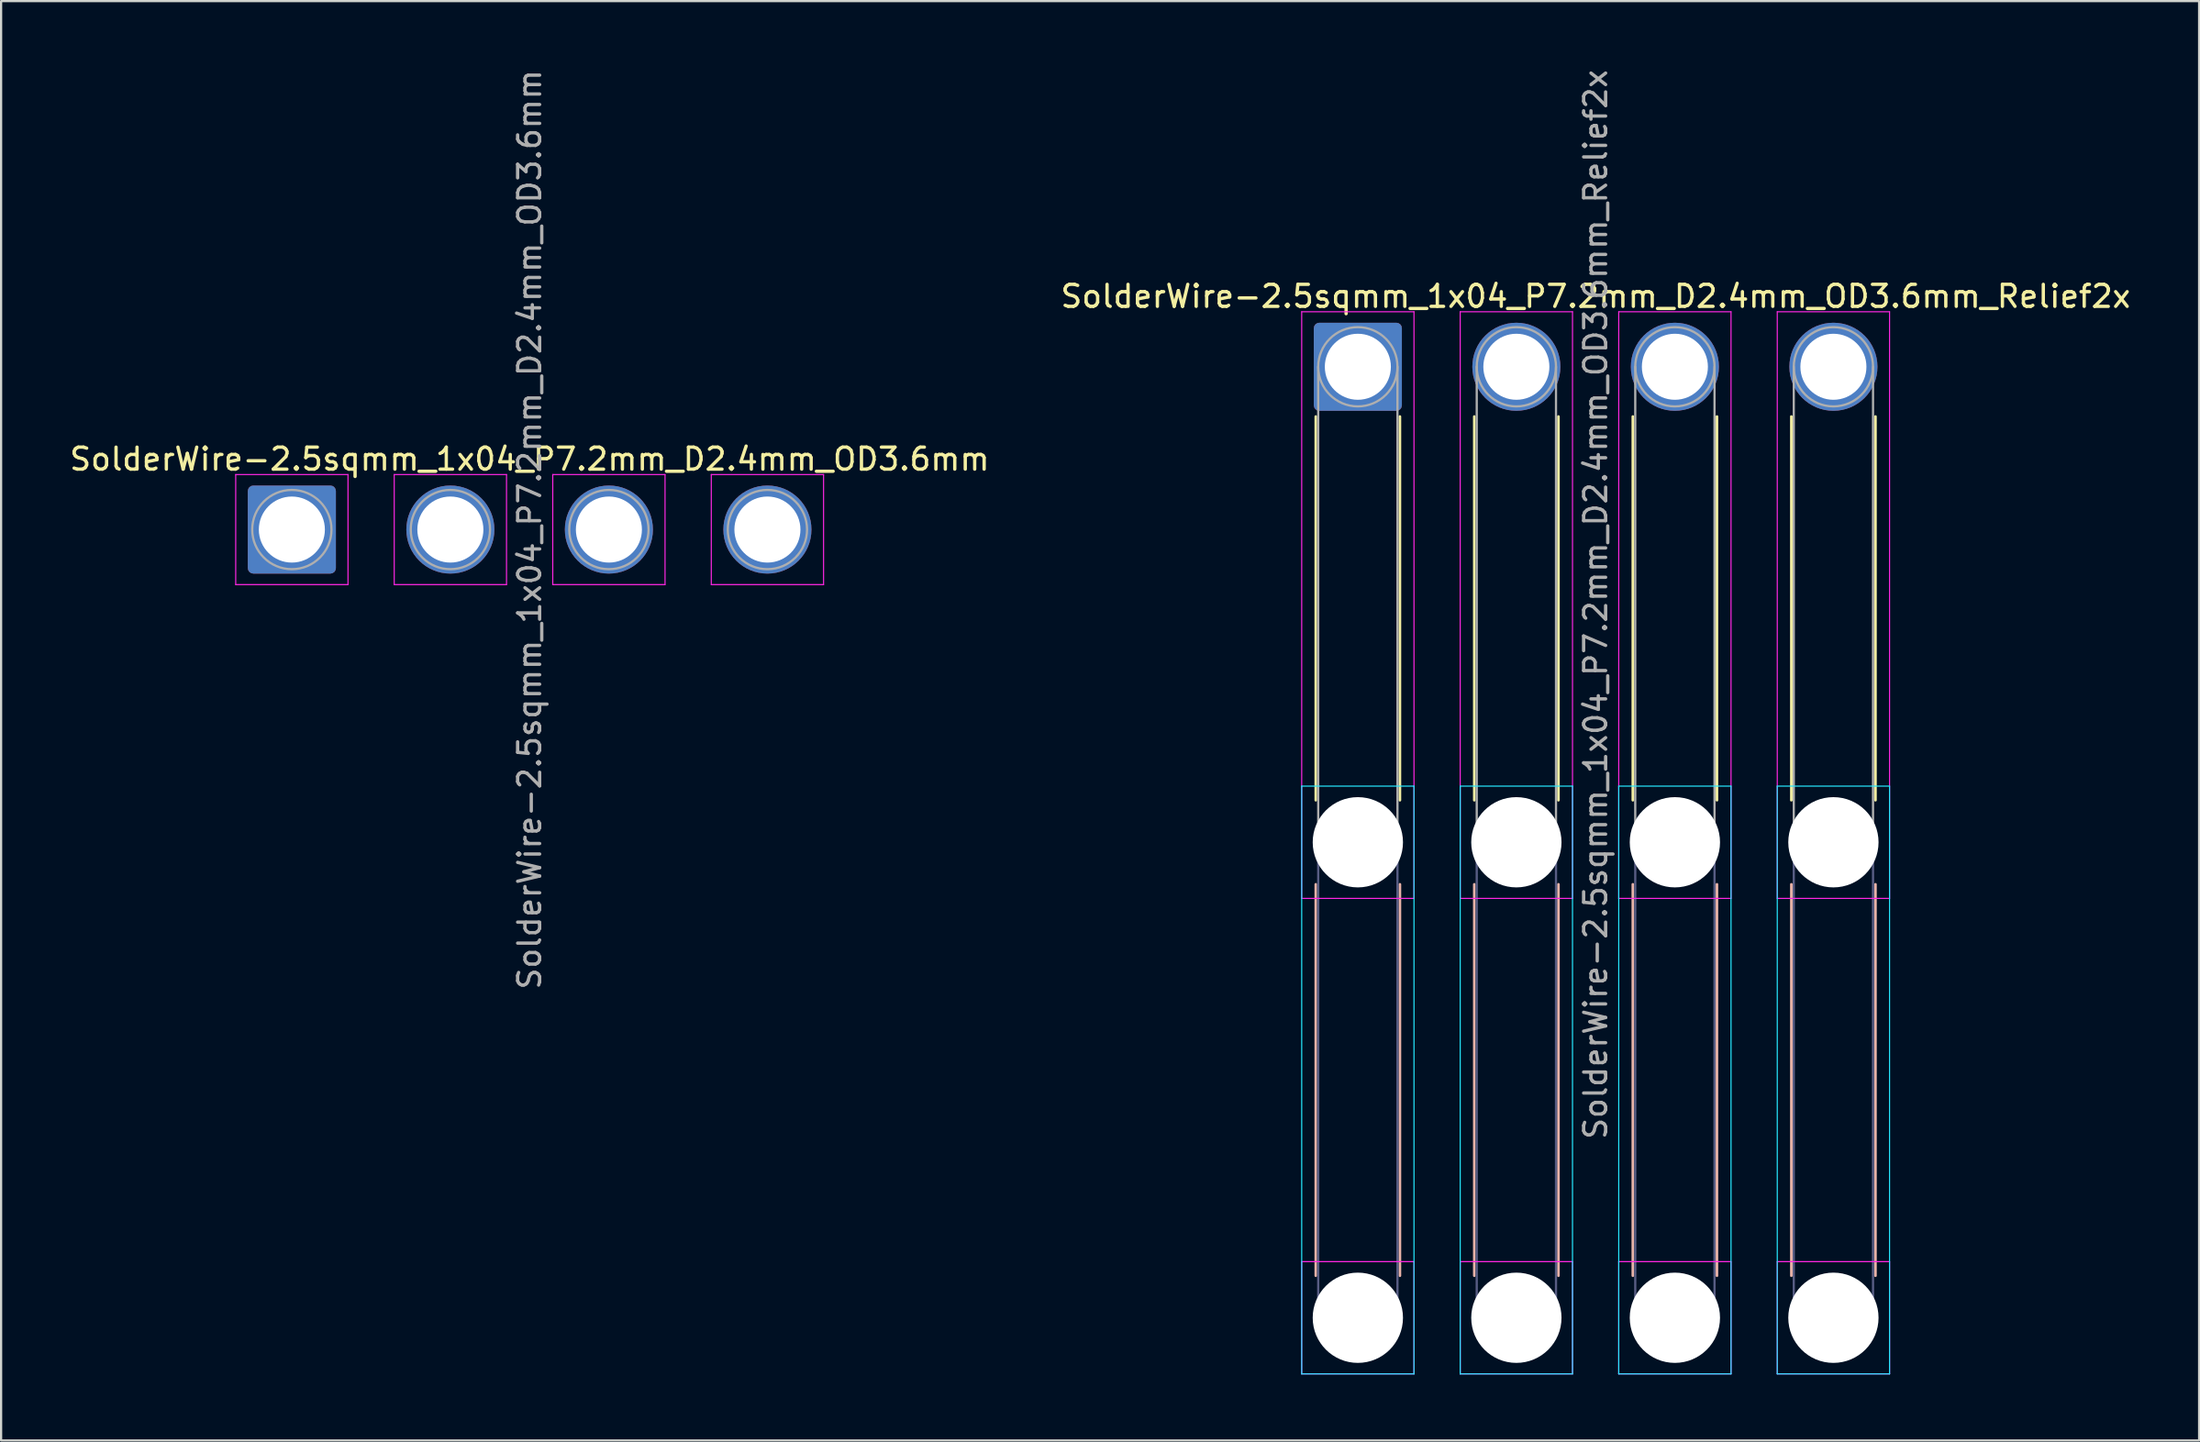
<source format=kicad_pcb>
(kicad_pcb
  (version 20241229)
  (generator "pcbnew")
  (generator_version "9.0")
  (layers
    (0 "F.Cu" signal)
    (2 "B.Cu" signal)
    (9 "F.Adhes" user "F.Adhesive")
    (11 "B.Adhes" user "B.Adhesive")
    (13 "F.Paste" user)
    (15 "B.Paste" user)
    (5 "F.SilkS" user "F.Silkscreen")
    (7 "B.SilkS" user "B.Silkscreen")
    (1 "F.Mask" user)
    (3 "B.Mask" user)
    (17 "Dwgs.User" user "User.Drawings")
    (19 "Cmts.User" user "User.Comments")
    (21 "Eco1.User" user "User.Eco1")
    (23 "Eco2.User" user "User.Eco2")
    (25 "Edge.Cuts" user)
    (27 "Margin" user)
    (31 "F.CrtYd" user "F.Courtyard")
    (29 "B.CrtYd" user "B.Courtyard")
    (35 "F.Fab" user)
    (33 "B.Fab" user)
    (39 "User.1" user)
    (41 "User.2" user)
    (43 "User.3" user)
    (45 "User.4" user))
  (footprint "SolderWire-2.5sqmm_1x04_P7.2mm_D2.4mm_OD3.6mm_Relief2x"
    (layer "F.Cu")
    (at 58.623 13.611)
    (property "Reference" "SolderWire-2.5sqmm_1x04_P7.2mm_D2.4mm_OD3.6mm_Relief2x" (at 10.8 -3.2 0) (layer "F.SilkS") (effects (font (size 1 1) (thickness 0.15))))
    (attr exclude_from_pos_files exclude_from_bom)
    (fp_line (start -1.91 2.26) (end -1.91 19.69) (stroke (width 0.12) (type solid)) (layer "F.SilkS"))
    (fp_line (start 1.91 2.26) (end 1.91 19.69) (stroke (width 0.12) (type solid)) (layer "F.SilkS"))
    (fp_line (start 5.29 2.26) (end 5.29 19.69) (stroke (width 0.12) (type solid)) (layer "F.SilkS"))
    (fp_line (start 9.11 2.26) (end 9.11 19.69) (stroke (width 0.12) (type solid)) (layer "F.SilkS"))
    (fp_line (start 12.49 2.26) (end 12.49 19.69) (stroke (width 0.12) (type solid)) (layer "F.SilkS"))
    (fp_line (start 16.31 2.26) (end 16.31 19.69) (stroke (width 0.12) (type solid)) (layer "F.SilkS"))
    (fp_line (start 19.69 2.26) (end 19.69 19.69) (stroke (width 0.12) (type solid)) (layer "F.SilkS"))
    (fp_line (start 23.51 2.26) (end 23.51 19.69) (stroke (width 0.12) (type solid)) (layer "F.SilkS"))
    (fp_line (start -1.91 23.51) (end -1.91 41.29) (stroke (width 0.12) (type solid)) (layer "B.SilkS"))
    (fp_line (start 1.91 23.51) (end 1.91 41.29) (stroke (width 0.12) (type solid)) (layer "B.SilkS"))
    (fp_line (start 5.29 23.51) (end 5.29 41.29) (stroke (width 0.12) (type solid)) (layer "B.SilkS"))
    (fp_line (start 9.11 23.51) (end 9.11 41.29) (stroke (width 0.12) (type solid)) (layer "B.SilkS"))
    (fp_line (start 12.49 23.51) (end 12.49 41.29) (stroke (width 0.12) (type solid)) (layer "B.SilkS"))
    (fp_line (start 16.31 23.51) (end 16.31 41.29) (stroke (width 0.12) (type solid)) (layer "B.SilkS"))
    (fp_line (start 19.69 23.51) (end 19.69 41.29) (stroke (width 0.12) (type solid)) (layer "B.SilkS"))
    (fp_line (start 23.51 23.51) (end 23.51 41.29) (stroke (width 0.12) (type solid)) (layer "B.SilkS"))
    (fp_line (start -2.55 19.05) (end -2.55 45.75) (stroke (width 0.05) (type solid)) (layer "B.CrtYd"))
    (fp_line (start -2.55 45.75) (end 2.55 45.75) (stroke (width 0.05) (type solid)) (layer "B.CrtYd"))
    (fp_line (start 2.55 19.05) (end -2.55 19.05) (stroke (width 0.05) (type solid)) (layer "B.CrtYd"))
    (fp_line (start 2.55 45.75) (end 2.55 19.05) (stroke (width 0.05) (type solid)) (layer "B.CrtYd"))
    (fp_line (start 4.65 19.05) (end 4.65 45.75) (stroke (width 0.05) (type solid)) (layer "B.CrtYd"))
    (fp_line (start 4.65 45.75) (end 9.75 45.75) (stroke (width 0.05) (type solid)) (layer "B.CrtYd"))
    (fp_line (start 9.75 19.05) (end 4.65 19.05) (stroke (width 0.05) (type solid)) (layer "B.CrtYd"))
    (fp_line (start 9.75 45.75) (end 9.75 19.05) (stroke (width 0.05) (type solid)) (layer "B.CrtYd"))
    (fp_line (start 11.85 19.05) (end 11.85 45.75) (stroke (width 0.05) (type solid)) (layer "B.CrtYd"))
    (fp_line (start 11.85 45.75) (end 16.95 45.75) (stroke (width 0.05) (type solid)) (layer "B.CrtYd"))
    (fp_line (start 16.95 19.05) (end 11.85 19.05) (stroke (width 0.05) (type solid)) (layer "B.CrtYd"))
    (fp_line (start 16.95 45.75) (end 16.95 19.05) (stroke (width 0.05) (type solid)) (layer "B.CrtYd"))
    (fp_line (start 19.05 19.05) (end 19.05 45.75) (stroke (width 0.05) (type solid)) (layer "B.CrtYd"))
    (fp_line (start 19.05 45.75) (end 24.15 45.75) (stroke (width 0.05) (type solid)) (layer "B.CrtYd"))
    (fp_line (start 24.15 19.05) (end 19.05 19.05) (stroke (width 0.05) (type solid)) (layer "B.CrtYd"))
    (fp_line (start 24.15 45.75) (end 24.15 19.05) (stroke (width 0.05) (type solid)) (layer "B.CrtYd"))
    (fp_line (start -2.55 -2.5) (end -2.55 24.15) (stroke (width 0.05) (type solid)) (layer "F.CrtYd"))
    (fp_line (start -2.55 24.15) (end 2.55 24.15) (stroke (width 0.05) (type solid)) (layer "F.CrtYd"))
    (fp_line (start -2.55 40.65) (end -2.55 45.75) (stroke (width 0.05) (type solid)) (layer "F.CrtYd"))
    (fp_line (start -2.55 45.75) (end 2.55 45.75) (stroke (width 0.05) (type solid)) (layer "F.CrtYd"))
    (fp_line (start 2.55 -2.5) (end -2.55 -2.5) (stroke (width 0.05) (type solid)) (layer "F.CrtYd"))
    (fp_line (start 2.55 24.15) (end 2.55 -2.5) (stroke (width 0.05) (type solid)) (layer "F.CrtYd"))
    (fp_line (start 2.55 40.65) (end -2.55 40.65) (stroke (width 0.05) (type solid)) (layer "F.CrtYd"))
    (fp_line (start 2.55 45.75) (end 2.55 40.65) (stroke (width 0.05) (type solid)) (layer "F.CrtYd"))
    (fp_line (start 4.65 -2.5) (end 4.65 24.15) (stroke (width 0.05) (type solid)) (layer "F.CrtYd"))
    (fp_line (start 4.65 24.15) (end 9.75 24.15) (stroke (width 0.05) (type solid)) (layer "F.CrtYd"))
    (fp_line (start 4.65 40.65) (end 4.65 45.75) (stroke (width 0.05) (type solid)) (layer "F.CrtYd"))
    (fp_line (start 4.65 45.75) (end 9.75 45.75) (stroke (width 0.05) (type solid)) (layer "F.CrtYd"))
    (fp_line (start 9.75 -2.5) (end 4.65 -2.5) (stroke (width 0.05) (type solid)) (layer "F.CrtYd"))
    (fp_line (start 9.75 24.15) (end 9.75 -2.5) (stroke (width 0.05) (type solid)) (layer "F.CrtYd"))
    (fp_line (start 9.75 40.65) (end 4.65 40.65) (stroke (width 0.05) (type solid)) (layer "F.CrtYd"))
    (fp_line (start 9.75 45.75) (end 9.75 40.65) (stroke (width 0.05) (type solid)) (layer "F.CrtYd"))
    (fp_line (start 11.85 -2.5) (end 11.85 24.15) (stroke (width 0.05) (type solid)) (layer "F.CrtYd"))
    (fp_line (start 11.85 24.15) (end 16.95 24.15) (stroke (width 0.05) (type solid)) (layer "F.CrtYd"))
    (fp_line (start 11.85 40.65) (end 11.85 45.75) (stroke (width 0.05) (type solid)) (layer "F.CrtYd"))
    (fp_line (start 11.85 45.75) (end 16.95 45.75) (stroke (width 0.05) (type solid)) (layer "F.CrtYd"))
    (fp_line (start 16.95 -2.5) (end 11.85 -2.5) (stroke (width 0.05) (type solid)) (layer "F.CrtYd"))
    (fp_line (start 16.95 24.15) (end 16.95 -2.5) (stroke (width 0.05) (type solid)) (layer "F.CrtYd"))
    (fp_line (start 16.95 40.65) (end 11.85 40.65) (stroke (width 0.05) (type solid)) (layer "F.CrtYd"))
    (fp_line (start 16.95 45.75) (end 16.95 40.65) (stroke (width 0.05) (type solid)) (layer "F.CrtYd"))
    (fp_line (start 19.05 -2.5) (end 19.05 24.15) (stroke (width 0.05) (type solid)) (layer "F.CrtYd"))
    (fp_line (start 19.05 24.15) (end 24.15 24.15) (stroke (width 0.05) (type solid)) (layer "F.CrtYd"))
    (fp_line (start 19.05 40.65) (end 19.05 45.75) (stroke (width 0.05) (type solid)) (layer "F.CrtYd"))
    (fp_line (start 19.05 45.75) (end 24.15 45.75) (stroke (width 0.05) (type solid)) (layer "F.CrtYd"))
    (fp_line (start 24.15 -2.5) (end 19.05 -2.5) (stroke (width 0.05) (type solid)) (layer "F.CrtYd"))
    (fp_line (start 24.15 24.15) (end 24.15 -2.5) (stroke (width 0.05) (type solid)) (layer "F.CrtYd"))
    (fp_line (start 24.15 40.65) (end 19.05 40.65) (stroke (width 0.05) (type solid)) (layer "F.CrtYd"))
    (fp_line (start 24.15 45.75) (end 24.15 40.65) (stroke (width 0.05) (type solid)) (layer "F.CrtYd"))
    (fp_line (start -1.8 21.6) (end -1.8 43.2) (stroke (width 0.1) (type solid)) (layer "B.Fab"))
    (fp_line (start 1.8 21.6) (end 1.8 43.2) (stroke (width 0.1) (type solid)) (layer "B.Fab"))
    (fp_line (start 5.4 21.6) (end 5.4 43.2) (stroke (width 0.1) (type solid)) (layer "B.Fab"))
    (fp_line (start 9 21.6) (end 9 43.2) (stroke (width 0.1) (type solid)) (layer "B.Fab"))
    (fp_line (start 12.6 21.6) (end 12.6 43.2) (stroke (width 0.1) (type solid)) (layer "B.Fab"))
    (fp_line (start 16.2 21.6) (end 16.2 43.2) (stroke (width 0.1) (type solid)) (layer "B.Fab"))
    (fp_line (start 19.8 21.6) (end 19.8 43.2) (stroke (width 0.1) (type solid)) (layer "B.Fab"))
    (fp_line (start 23.4 21.6) (end 23.4 43.2) (stroke (width 0.1) (type solid)) (layer "B.Fab"))
    (fp_circle (center 0 21.6) (end 1.8 21.6) (stroke (width 0.1) (type solid)) (fill no) (layer "B.Fab"))
    (fp_circle (center 0 43.2) (end 1.8 43.2) (stroke (width 0.1) (type solid)) (fill no) (layer "B.Fab"))
    (fp_circle (center 7.2 21.6) (end 9 21.6) (stroke (width 0.1) (type solid)) (fill no) (layer "B.Fab"))
    (fp_circle (center 7.2 43.2) (end 9 43.2) (stroke (width 0.1) (type solid)) (fill no) (layer "B.Fab"))
    (fp_circle (center 14.4 21.6) (end 16.2 21.6) (stroke (width 0.1) (type solid)) (fill no) (layer "B.Fab"))
    (fp_circle (center 14.4 43.2) (end 16.2 43.2) (stroke (width 0.1) (type solid)) (fill no) (layer "B.Fab"))
    (fp_circle (center 21.6 21.6) (end 23.4 21.6) (stroke (width 0.1) (type solid)) (fill no) (layer "B.Fab"))
    (fp_circle (center 21.6 43.2) (end 23.4 43.2) (stroke (width 0.1) (type solid)) (fill no) (layer "B.Fab"))
    (fp_line (start -1.8 0) (end -1.8 21.6) (stroke (width 0.1) (type solid)) (layer "F.Fab"))
    (fp_line (start 1.8 0) (end 1.8 21.6) (stroke (width 0.1) (type solid)) (layer "F.Fab"))
    (fp_line (start 5.4 0) (end 5.4 21.6) (stroke (width 0.1) (type solid)) (layer "F.Fab"))
    (fp_line (start 9 0) (end 9 21.6) (stroke (width 0.1) (type solid)) (layer "F.Fab"))
    (fp_line (start 12.6 0) (end 12.6 21.6) (stroke (width 0.1) (type solid)) (layer "F.Fab"))
    (fp_line (start 16.2 0) (end 16.2 21.6) (stroke (width 0.1) (type solid)) (layer "F.Fab"))
    (fp_line (start 19.8 0) (end 19.8 21.6) (stroke (width 0.1) (type solid)) (layer "F.Fab"))
    (fp_line (start 23.4 0) (end 23.4 21.6) (stroke (width 0.1) (type solid)) (layer "F.Fab"))
    (fp_circle (center 0 0) (end 1.8 0) (stroke (width 0.1) (type solid)) (fill no) (layer "F.Fab"))
    (fp_circle (center 0 21.6) (end 1.8 21.6) (stroke (width 0.1) (type solid)) (fill no) (layer "F.Fab"))
    (fp_circle (center 0 43.2) (end 1.8 43.2) (stroke (width 0.1) (type solid)) (fill no) (layer "F.Fab"))
    (fp_circle (center 7.2 0) (end 9 0) (stroke (width 0.1) (type solid)) (fill no) (layer "F.Fab"))
    (fp_circle (center 7.2 21.6) (end 9 21.6) (stroke (width 0.1) (type solid)) (fill no) (layer "F.Fab"))
    (fp_circle (center 7.2 43.2) (end 9 43.2) (stroke (width 0.1) (type solid)) (fill no) (layer "F.Fab"))
    (fp_circle (center 14.4 0) (end 16.2 0) (stroke (width 0.1) (type solid)) (fill no) (layer "F.Fab"))
    (fp_circle (center 14.4 21.6) (end 16.2 21.6) (stroke (width 0.1) (type solid)) (fill no) (layer "F.Fab"))
    (fp_circle (center 14.4 43.2) (end 16.2 43.2) (stroke (width 0.1) (type solid)) (fill no) (layer "F.Fab"))
    (fp_circle (center 21.6 0) (end 23.4 0) (stroke (width 0.1) (type solid)) (fill no) (layer "F.Fab"))
    (fp_circle (center 21.6 21.6) (end 23.4 21.6) (stroke (width 0.1) (type solid)) (fill no) (layer "F.Fab"))
    (fp_circle (center 21.6 43.2) (end 23.4 43.2) (stroke (width 0.1) (type solid)) (fill no) (layer "F.Fab"))
    (fp_text user "${REFERENCE}" (at 10.8 10.8 90) (layer "F.Fab") (effects (font (size 1 1) (thickness 0.15))))
    (pad "" np_thru_hole circle (at 0 21.6) (size 4.1 4.1) (drill 4.1) (layers "*.Cu" "*.Mask"))
    (pad "" np_thru_hole circle (at 0 43.2) (size 4.1 4.1) (drill 4.1) (layers "*.Cu" "*.Mask"))
    (pad "" np_thru_hole circle (at 7.2 21.6) (size 4.1 4.1) (drill 4.1) (layers "*.Cu" "*.Mask"))
    (pad "" np_thru_hole circle (at 7.2 43.2) (size 4.1 4.1) (drill 4.1) (layers "*.Cu" "*.Mask"))
    (pad "" np_thru_hole circle (at 14.4 21.6) (size 4.1 4.1) (drill 4.1) (layers "*.Cu" "*.Mask"))
    (pad "" np_thru_hole circle (at 14.4 43.2) (size 4.1 4.1) (drill 4.1) (layers "*.Cu" "*.Mask"))
    (pad "" np_thru_hole circle (at 21.6 21.6) (size 4.1 4.1) (drill 4.1) (layers "*.Cu" "*.Mask"))
    (pad "" np_thru_hole circle (at 21.6 43.2) (size 4.1 4.1) (drill 4.1) (layers "*.Cu" "*.Mask"))
    (pad "1" thru_hole roundrect (at 0 0) (size 4 4) (drill 3) (layers "*.Cu" "*.Mask") (roundrect_rratio 0.062))
    (pad "2" thru_hole circle (at 7.2 0) (size 4 4) (drill 3) (layers "*.Cu" "*.Mask"))
    (pad "3" thru_hole circle (at 14.4 0) (size 4 4) (drill 3) (layers "*.Cu" "*.Mask"))
    (pad "4" thru_hole circle (at 21.6 0) (size 4 4) (drill 3) (layers "*.Cu" "*.Mask")))
  (footprint "SolderWire-2.5sqmm_1x04_P7.2mm_D2.4mm_OD3.6mm"
    (layer "F.Cu")
    (at 10.206 21.006)
    (property "Reference" "SolderWire-2.5sqmm_1x04_P7.2mm_D2.4mm_OD3.6mm" (at 10.8 -3.2 0) (layer "F.SilkS") (effects (font (size 1 1) (thickness 0.15))))
    (attr exclude_from_pos_files exclude_from_bom)
    (fp_line (start -2.55 -2.5) (end -2.55 2.5) (stroke (width 0.05) (type solid)) (layer "F.CrtYd"))
    (fp_line (start -2.55 2.5) (end 2.55 2.5) (stroke (width 0.05) (type solid)) (layer "F.CrtYd"))
    (fp_line (start 2.55 -2.5) (end -2.55 -2.5) (stroke (width 0.05) (type solid)) (layer "F.CrtYd"))
    (fp_line (start 2.55 2.5) (end 2.55 -2.5) (stroke (width 0.05) (type solid)) (layer "F.CrtYd"))
    (fp_line (start 4.65 -2.5) (end 4.65 2.5) (stroke (width 0.05) (type solid)) (layer "F.CrtYd"))
    (fp_line (start 4.65 2.5) (end 9.75 2.5) (stroke (width 0.05) (type solid)) (layer "F.CrtYd"))
    (fp_line (start 9.75 -2.5) (end 4.65 -2.5) (stroke (width 0.05) (type solid)) (layer "F.CrtYd"))
    (fp_line (start 9.75 2.5) (end 9.75 -2.5) (stroke (width 0.05) (type solid)) (layer "F.CrtYd"))
    (fp_line (start 11.85 -2.5) (end 11.85 2.5) (stroke (width 0.05) (type solid)) (layer "F.CrtYd"))
    (fp_line (start 11.85 2.5) (end 16.95 2.5) (stroke (width 0.05) (type solid)) (layer "F.CrtYd"))
    (fp_line (start 16.95 -2.5) (end 11.85 -2.5) (stroke (width 0.05) (type solid)) (layer "F.CrtYd"))
    (fp_line (start 16.95 2.5) (end 16.95 -2.5) (stroke (width 0.05) (type solid)) (layer "F.CrtYd"))
    (fp_line (start 19.05 -2.5) (end 19.05 2.5) (stroke (width 0.05) (type solid)) (layer "F.CrtYd"))
    (fp_line (start 19.05 2.5) (end 24.15 2.5) (stroke (width 0.05) (type solid)) (layer "F.CrtYd"))
    (fp_line (start 24.15 -2.5) (end 19.05 -2.5) (stroke (width 0.05) (type solid)) (layer "F.CrtYd"))
    (fp_line (start 24.15 2.5) (end 24.15 -2.5) (stroke (width 0.05) (type solid)) (layer "F.CrtYd"))
    (fp_circle (center 0 0) (end 1.8 0) (stroke (width 0.1) (type solid)) (fill no) (layer "F.Fab"))
    (fp_circle (center 7.2 0) (end 9 0) (stroke (width 0.1) (type solid)) (fill no) (layer "F.Fab"))
    (fp_circle (center 14.4 0) (end 16.2 0) (stroke (width 0.1) (type solid)) (fill no) (layer "F.Fab"))
    (fp_circle (center 21.6 0) (end 23.4 0) (stroke (width 0.1) (type solid)) (fill no) (layer "F.Fab"))
    (fp_text user "${REFERENCE}" (at 10.8 0 90) (layer "F.Fab") (effects (font (size 1 1) (thickness 0.15))))
    (pad "1" thru_hole roundrect (at 0 0) (size 4 4) (drill 3) (layers "*.Cu" "*.Mask") (roundrect_rratio 0.062))
    (pad "2" thru_hole circle (at 7.2 0) (size 4 4) (drill 3) (layers "*.Cu" "*.Mask"))
    (pad "3" thru_hole circle (at 14.4 0) (size 4 4) (drill 3) (layers "*.Cu" "*.Mask"))
    (pad "4" thru_hole circle (at 21.6 0) (size 4 4) (drill 3) (layers "*.Cu" "*.Mask")))
  (gr_rect
    (start -3 -3)
    (end 96.833 62.386)
    (stroke (width 0.1) (type default))
    (fill no)
    (layer "Edge.Cuts")))
</source>
